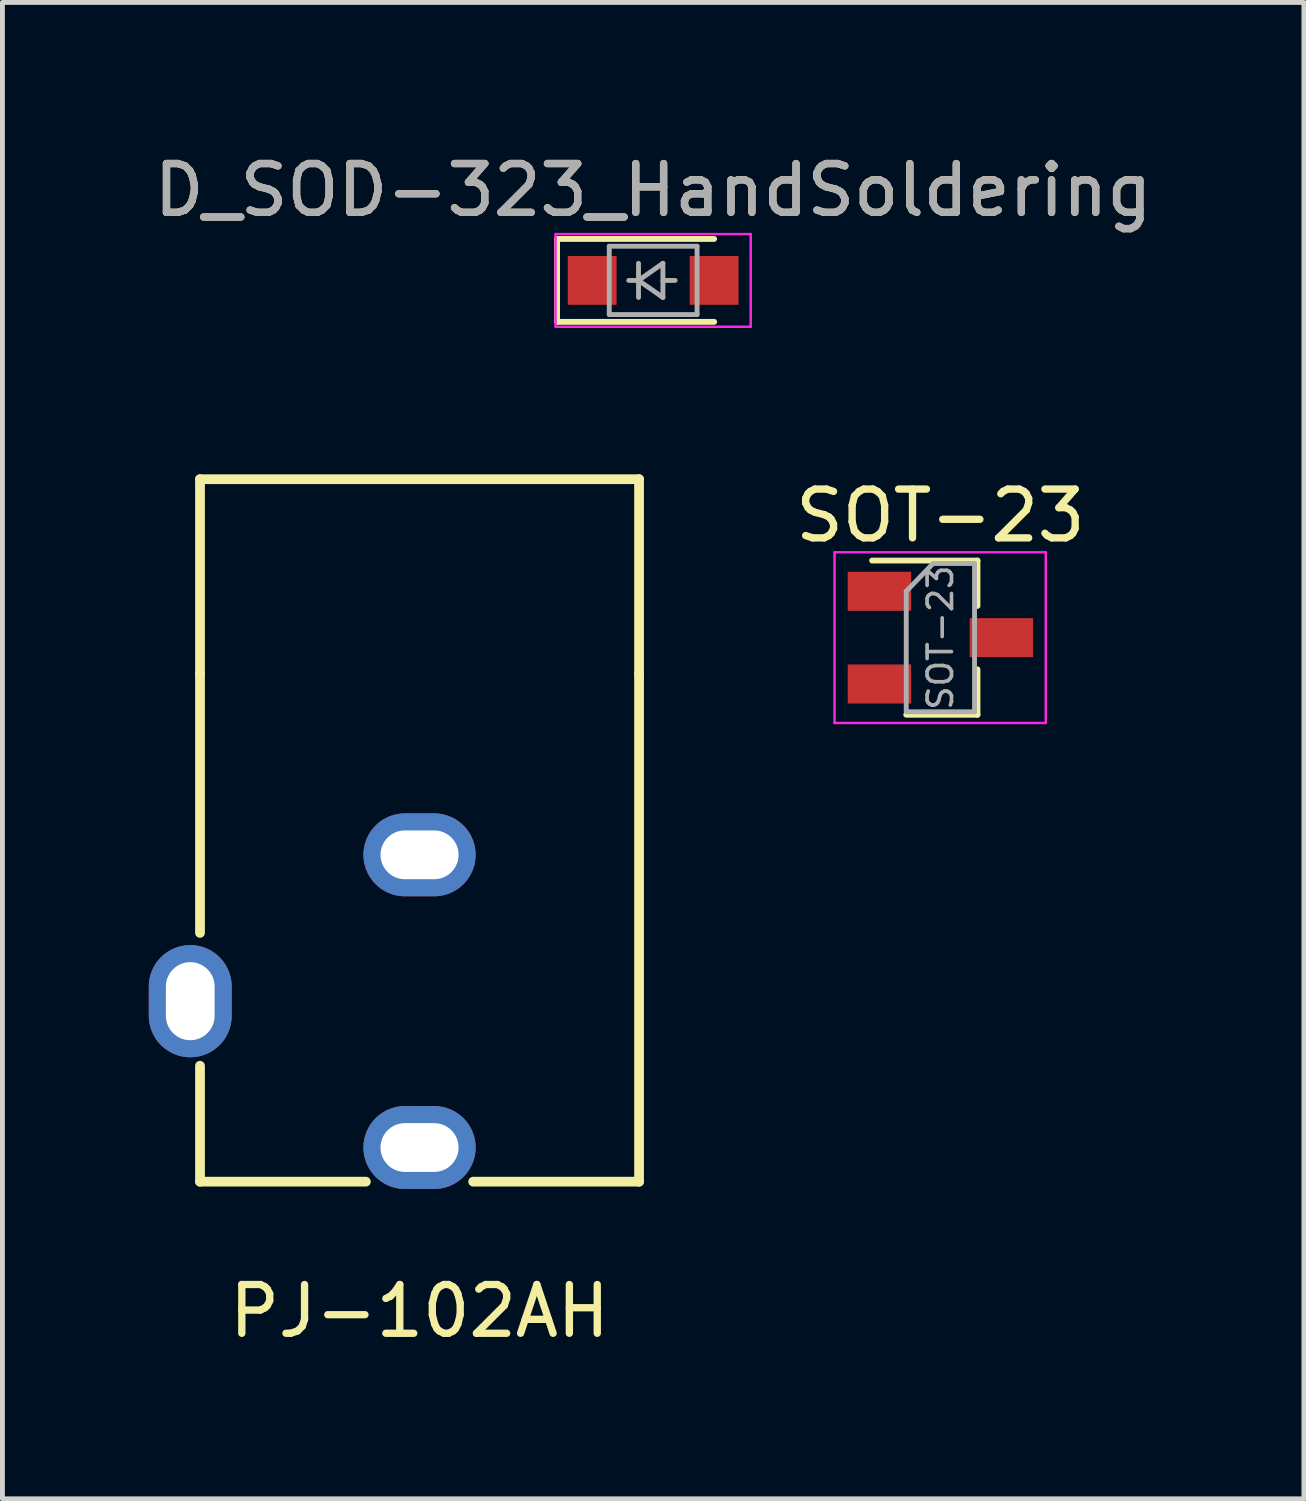
<source format=kicad_pcb>
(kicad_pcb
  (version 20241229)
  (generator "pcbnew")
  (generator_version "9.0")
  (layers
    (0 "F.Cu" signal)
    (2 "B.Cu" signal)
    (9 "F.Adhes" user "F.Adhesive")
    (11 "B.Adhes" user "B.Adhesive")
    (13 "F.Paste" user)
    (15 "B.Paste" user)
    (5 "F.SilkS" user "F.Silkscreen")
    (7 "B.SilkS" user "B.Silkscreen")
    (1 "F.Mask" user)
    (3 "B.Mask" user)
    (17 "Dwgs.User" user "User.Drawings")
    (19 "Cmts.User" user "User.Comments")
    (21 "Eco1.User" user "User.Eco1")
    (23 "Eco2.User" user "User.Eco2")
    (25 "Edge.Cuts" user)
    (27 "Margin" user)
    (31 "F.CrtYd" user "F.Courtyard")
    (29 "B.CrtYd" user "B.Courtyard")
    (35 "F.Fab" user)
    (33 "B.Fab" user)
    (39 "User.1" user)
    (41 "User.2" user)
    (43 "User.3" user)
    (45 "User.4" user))
  (footprint "PJ-102AH"
    (layer "F.Cu")
    (at 5.55 20.473)
    (property "Reference" "PJ-102AH" (at 0 3.353 0) (layer "F.SilkS") (effects (font (size 1 1) (thickness 0.15))))
    (attr through_hole)
    (fp_line (start -4.5 -13.7) (end 4.5 -13.7) (stroke (width 0.2) (type solid)) (layer "F.SilkS"))
    (fp_line (start -4.5 -9.7) (end -4.5 -13.7) (stroke (width 0.2) (type solid)) (layer "F.SilkS"))
    (fp_line (start -4.5 -9.7) (end -4.5 -4.4) (stroke (width 0.2) (type solid)) (layer "F.SilkS"))
    (fp_line (start -4.5 -1.676) (end -4.5 0.7) (stroke (width 0.2) (type solid)) (layer "F.SilkS"))
    (fp_line (start -4.5 0.7) (end -1.1 0.7) (stroke (width 0.2) (type solid)) (layer "F.SilkS"))
    (fp_line (start 4.5 -9.7) (end 4.5 -13.7) (stroke (width 0.2) (type solid)) (layer "F.SilkS"))
    (fp_line (start 4.5 -9.7) (end 4.5 0.7) (stroke (width 0.2) (type solid)) (layer "F.SilkS"))
    (fp_line (start 4.5 0.7) (end 1.1 0.7) (stroke (width 0.2) (type solid)) (layer "F.SilkS"))
    (pad "1" thru_hole oval (at 0 0) (size 2.3 1.7) (drill oval 1.6 1) (layers "*.Cu" "*.Mask"))
    (pad "2" thru_hole oval (at 0 -6) (size 2.3 1.7) (drill oval 1.6 1) (layers "*.Cu" "*.Mask"))
    (pad "3" thru_hole oval (at -4.7 -3 90) (size 2.3 1.7) (drill oval 1.6 1) (layers "*.Cu" "*.Mask")))
  (footprint "SOT-23"
    (layer "F.Cu")
    (at 16.227 10.021)
    (property "Reference" "SOT-23" (at 0 -2.5 0) (layer "F.SilkS") (effects (font (size 1 1) (thickness 0.15))))
    (attr smd)
    (fp_line (start 0.76 -1.58) (end -1.4 -1.58) (stroke (width 0.12) (type solid)) (layer "F.SilkS"))
    (fp_line (start 0.76 -1.58) (end 0.76 -0.65) (stroke (width 0.12) (type solid)) (layer "F.SilkS"))
    (fp_line (start 0.76 1.58) (end -0.7 1.58) (stroke (width 0.12) (type solid)) (layer "F.SilkS"))
    (fp_line (start 0.76 1.58) (end 0.76 0.65) (stroke (width 0.12) (type solid)) (layer "F.SilkS"))
    (fp_line (start -2.17 -1.75) (end 2.16 -1.75) (stroke (width 0.05) (type solid)) (layer "F.CrtYd"))
    (fp_line (start -2.17 1.75) (end -2.17 -1.75) (stroke (width 0.05) (type solid)) (layer "F.CrtYd"))
    (fp_line (start 2.16 -1.75) (end 2.16 1.75) (stroke (width 0.05) (type solid)) (layer "F.CrtYd"))
    (fp_line (start 2.16 1.75) (end -2.17 1.75) (stroke (width 0.05) (type solid)) (layer "F.CrtYd"))
    (fp_line (start -0.7 -0.95) (end -0.7 1.5) (stroke (width 0.1) (type solid)) (layer "F.Fab"))
    (fp_line (start -0.7 -0.95) (end -0.15 -1.52) (stroke (width 0.1) (type solid)) (layer "F.Fab"))
    (fp_line (start -0.7 1.52) (end 0.7 1.52) (stroke (width 0.1) (type solid)) (layer "F.Fab"))
    (fp_line (start -0.15 -1.52) (end 0.7 -1.52) (stroke (width 0.1) (type solid)) (layer "F.Fab"))
    (fp_line (start 0.7 -1.52) (end 0.7 1.52) (stroke (width 0.1) (type solid)) (layer "F.Fab"))
    (fp_text user "${REFERENCE}" (at 0 0 90) (layer "F.Fab") (effects (font (size 0.5 0.5) (thickness 0.075))))
    (pad "1" smd rect (at -1.25 -0.95) (size 1.3 0.8) (layers "F.Cu" "F.Mask" "F.Paste"))
    (pad "2" smd rect (at -1.25 0.95) (size 1.3 0.8) (layers "F.Cu" "F.Mask" "F.Paste"))
    (pad "3" smd rect (at 1.25 0) (size 1.3 0.8) (layers "F.Cu" "F.Mask" "F.Paste")))
  (footprint "D_SOD-323_HandSoldering"
    (layer "F.Cu")
    (at 10.339 2.698)
    (property "Reference" "D_SOD-323_HandSoldering" (at 0 -1.85 0) (layer "F.SilkS") (effects (font (size 1 1) (thickness 0.15))))
    (attr smd)
    (fp_line (start -1.97 -0.85) (end -1.97 0.85) (stroke (width 0.12) (type solid)) (layer "F.SilkS"))
    (fp_line (start -1.97 -0.85) (end 1.25 -0.85) (stroke (width 0.12) (type solid)) (layer "F.SilkS"))
    (fp_line (start -1.97 0.85) (end 1.25 0.85) (stroke (width 0.12) (type solid)) (layer "F.SilkS"))
    (fp_line (start -2 -0.95) (end -2 0.95) (stroke (width 0.05) (type solid)) (layer "F.CrtYd"))
    (fp_line (start -2 -0.95) (end 2 -0.95) (stroke (width 0.05) (type solid)) (layer "F.CrtYd"))
    (fp_line (start -2 0.95) (end 2 0.95) (stroke (width 0.05) (type solid)) (layer "F.CrtYd"))
    (fp_line (start 2 -0.95) (end 2 0.95) (stroke (width 0.05) (type solid)) (layer "F.CrtYd"))
    (fp_line (start -0.9 -0.7) (end 0.9 -0.7) (stroke (width 0.1) (type solid)) (layer "F.Fab"))
    (fp_line (start -0.9 0.7) (end -0.9 -0.7) (stroke (width 0.1) (type solid)) (layer "F.Fab"))
    (fp_line (start -0.3 -0.35) (end -0.3 0.35) (stroke (width 0.1) (type solid)) (layer "F.Fab"))
    (fp_line (start -0.3 0) (end -0.5 0) (stroke (width 0.1) (type solid)) (layer "F.Fab"))
    (fp_line (start -0.3 0) (end 0.2 -0.35) (stroke (width 0.1) (type solid)) (layer "F.Fab"))
    (fp_line (start 0.2 -0.35) (end 0.2 0.35) (stroke (width 0.1) (type solid)) (layer "F.Fab"))
    (fp_line (start 0.2 0) (end 0.45 0) (stroke (width 0.1) (type solid)) (layer "F.Fab"))
    (fp_line (start 0.2 0.35) (end -0.3 0) (stroke (width 0.1) (type solid)) (layer "F.Fab"))
    (fp_line (start 0.9 -0.7) (end 0.9 0.7) (stroke (width 0.1) (type solid)) (layer "F.Fab"))
    (fp_line (start 0.9 0.7) (end -0.9 0.7) (stroke (width 0.1) (type solid)) (layer "F.Fab"))
    (fp_text user "${REFERENCE}" (at 0 -1.85 0) (layer "F.Fab") (effects (font (size 1 1) (thickness 0.15))))
    (pad "1" smd rect (at -1.25 0) (size 1 1) (layers "F.Cu" "F.Mask" "F.Paste"))
    (pad "2" smd rect (at 1.25 0) (size 1 1) (layers "F.Cu" "F.Mask" "F.Paste")))
  (gr_rect
    (start -3 -3)
    (end 23.679 27.674)
    (stroke (width 0.1) (type default))
    (fill no)
    (layer "Edge.Cuts")))
</source>
